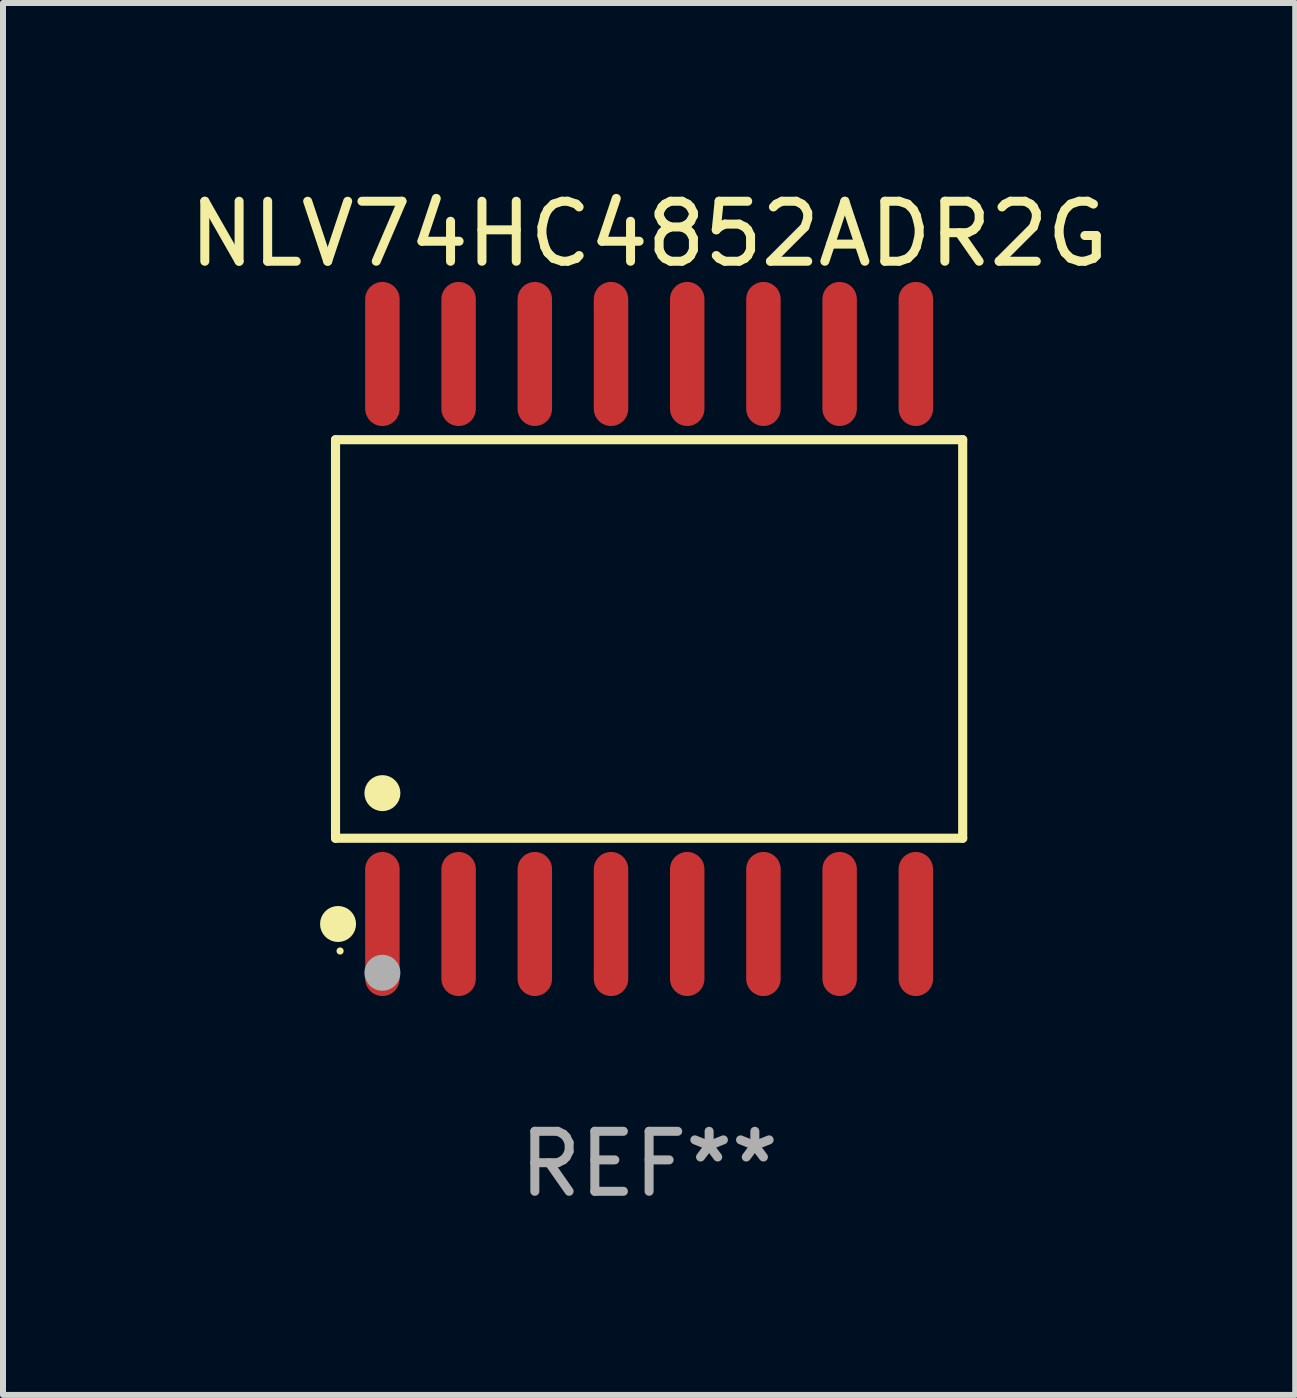
<source format=kicad_pcb>
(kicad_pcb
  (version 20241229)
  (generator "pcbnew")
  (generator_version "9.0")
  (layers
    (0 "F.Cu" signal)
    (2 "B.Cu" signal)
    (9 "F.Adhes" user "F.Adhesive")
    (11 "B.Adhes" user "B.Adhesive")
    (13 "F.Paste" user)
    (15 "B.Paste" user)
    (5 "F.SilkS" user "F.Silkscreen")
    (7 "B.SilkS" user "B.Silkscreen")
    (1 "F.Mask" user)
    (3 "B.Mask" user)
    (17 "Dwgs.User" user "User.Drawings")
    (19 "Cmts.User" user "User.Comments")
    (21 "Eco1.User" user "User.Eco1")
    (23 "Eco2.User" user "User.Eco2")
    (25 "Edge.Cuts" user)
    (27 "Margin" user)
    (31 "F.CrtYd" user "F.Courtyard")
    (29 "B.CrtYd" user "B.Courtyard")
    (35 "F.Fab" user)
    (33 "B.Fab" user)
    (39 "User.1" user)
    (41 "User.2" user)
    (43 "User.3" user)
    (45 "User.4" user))
  (footprint "NLV74HC4852ADR2G"
    (layer "F.Cu")
    (at 7.768 7.599)
    (property "Reference" "NLV74HC4852ADR2G" (at 0 -6.75 0) (layer "F.SilkS") (effects (font (size 1 1) (thickness 0.15))))
    (attr through_hole)
    (fp_line (start -5.226 -3.321) (end 5.226 -3.321) (stroke (width 0.152) (type solid)) (layer "F.SilkS"))
    (fp_line (start -5.226 3.321) (end -5.226 -3.321) (stroke (width 0.152) (type solid)) (layer "F.SilkS"))
    (fp_line (start 5.226 -3.321) (end 5.226 3.321) (stroke (width 0.152) (type solid)) (layer "F.SilkS"))
    (fp_line (start 5.226 3.321) (end -5.226 3.321) (stroke (width 0.152) (type solid)) (layer "F.SilkS"))
    (fp_circle (center -5.184 4.75) (end -5.034 4.75) (stroke (width 0.3) (type solid)) (fill no) (layer "F.SilkS"))
    (fp_circle (center -5.15 5.2) (end -5.12 5.2) (stroke (width 0.06) (type solid)) (fill no) (layer "F.SilkS"))
    (fp_circle (center -4.445 2.569) (end -4.295 2.569) (stroke (width 0.3) (type solid)) (fill no) (layer "F.SilkS"))
    (fp_circle (center -4.445 5.563) (end -4.295 5.563) (stroke (width 0.3) (type solid)) (fill no) (layer "F.Fab"))
    (fp_text user "REF**" (at 0 8.75 0) (layer "F.Fab") (effects (font (size 1 1) (thickness 0.15))))
    (pad "1" smd oval (at -4.445 4.75) (size 0.574 2.401) (layers "F.Cu" "F.Mask" "F.Paste"))
    (pad "2" smd oval (at -3.175 4.75) (size 0.574 2.401) (layers "F.Cu" "F.Mask" "F.Paste"))
    (pad "3" smd oval (at -1.905 4.75) (size 0.574 2.401) (layers "F.Cu" "F.Mask" "F.Paste"))
    (pad "4" smd oval (at -0.635 4.75) (size 0.574 2.401) (layers "F.Cu" "F.Mask" "F.Paste"))
    (pad "5" smd oval (at 0.635 4.75) (size 0.574 2.401) (layers "F.Cu" "F.Mask" "F.Paste"))
    (pad "6" smd oval (at 1.905 4.75) (size 0.574 2.401) (layers "F.Cu" "F.Mask" "F.Paste"))
    (pad "7" smd oval (at 3.175 4.75) (size 0.574 2.401) (layers "F.Cu" "F.Mask" "F.Paste"))
    (pad "8" smd oval (at 4.445 4.75) (size 0.574 2.401) (layers "F.Cu" "F.Mask" "F.Paste"))
    (pad "9" smd oval (at 4.445 -4.75) (size 0.574 2.401) (layers "F.Cu" "F.Mask" "F.Paste"))
    (pad "10" smd oval (at 3.175 -4.75) (size 0.574 2.401) (layers "F.Cu" "F.Mask" "F.Paste"))
    (pad "11" smd oval (at 1.905 -4.75) (size 0.574 2.401) (layers "F.Cu" "F.Mask" "F.Paste"))
    (pad "12" smd oval (at 0.635 -4.75) (size 0.574 2.401) (layers "F.Cu" "F.Mask" "F.Paste"))
    (pad "13" smd oval (at -0.635 -4.75) (size 0.574 2.401) (layers "F.Cu" "F.Mask" "F.Paste"))
    (pad "14" smd oval (at -1.905 -4.75) (size 0.574 2.401) (layers "F.Cu" "F.Mask" "F.Paste"))
    (pad "15" smd oval (at -3.175 -4.75) (size 0.574 2.401) (layers "F.Cu" "F.Mask" "F.Paste"))
    (pad "16" smd oval (at -4.445 -4.75) (size 0.574 2.401) (layers "F.Cu" "F.Mask" "F.Paste")))
  (gr_rect
    (start -3 -3)
    (end 18.536 20.197)
    (stroke (width 0.1) (type default))
    (fill no)
    (layer "Edge.Cuts")))
</source>
